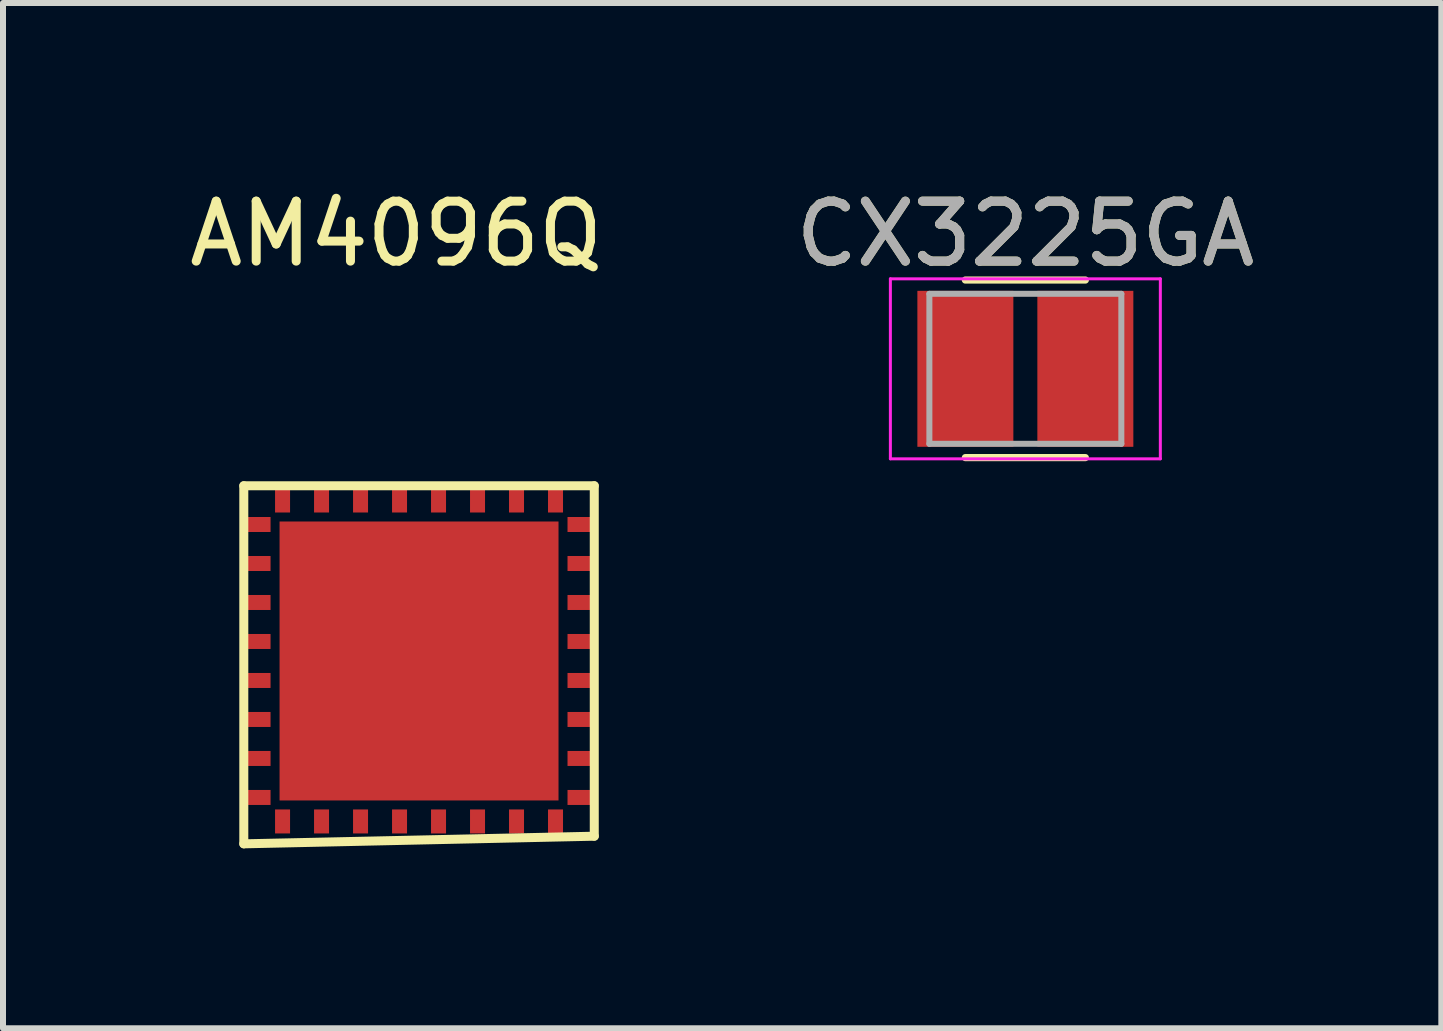
<source format=kicad_pcb>
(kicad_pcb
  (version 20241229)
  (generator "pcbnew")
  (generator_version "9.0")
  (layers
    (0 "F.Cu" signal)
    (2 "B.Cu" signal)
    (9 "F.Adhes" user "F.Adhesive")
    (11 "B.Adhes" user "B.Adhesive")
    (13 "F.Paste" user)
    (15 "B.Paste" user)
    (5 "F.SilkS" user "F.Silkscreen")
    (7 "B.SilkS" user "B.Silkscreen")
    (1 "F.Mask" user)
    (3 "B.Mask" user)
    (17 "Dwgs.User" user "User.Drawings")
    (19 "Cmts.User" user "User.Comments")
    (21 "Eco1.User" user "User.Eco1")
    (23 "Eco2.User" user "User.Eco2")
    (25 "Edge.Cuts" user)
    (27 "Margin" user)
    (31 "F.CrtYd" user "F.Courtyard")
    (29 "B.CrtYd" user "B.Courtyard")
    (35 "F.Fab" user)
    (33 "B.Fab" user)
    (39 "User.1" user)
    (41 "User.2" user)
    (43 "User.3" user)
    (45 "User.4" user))
  (footprint "AM4096Q"
    (layer "F.Cu")
    (at 3.935 7.968)
    (property "Reference" "AM4096Q" (at -0.381 -7.12 0) (layer "F.SilkS") (effects (font (size 1 1) (thickness 0.15))))
    (attr through_hole)
    (fp_line (start -2.921 -2.921) (end 2.921 -2.921) (stroke (width 0.15) (type solid)) (layer "F.SilkS"))
    (fp_line (start -2.921 3.048) (end -2.921 -2.921) (stroke (width 0.15) (type solid)) (layer "F.SilkS"))
    (fp_line (start 2.921 -2.921) (end 2.921 2.921) (stroke (width 0.15) (type solid)) (layer "F.SilkS"))
    (fp_line (start 2.921 2.921) (end -2.921 3.048) (stroke (width 0.15) (type solid)) (layer "F.SilkS"))
    (pad "1" smd rect (at -2.275 -2.675) (size 0.25 0.4) (layers "F.Cu" "F.Mask" "F.Paste"))
    (pad "2" smd rect (at -1.625 -2.675) (size 0.25 0.4) (layers "F.Cu" "F.Mask" "F.Paste"))
    (pad "3" smd rect (at -0.975 -2.675) (size 0.25 0.4) (layers "F.Cu" "F.Mask" "F.Paste"))
    (pad "4" smd rect (at -0.325 -2.675) (size 0.25 0.4) (layers "F.Cu" "F.Mask" "F.Paste"))
    (pad "5" smd rect (at 0.325 -2.675) (size 0.25 0.4) (layers "F.Cu" "F.Mask" "F.Paste"))
    (pad "6" smd rect (at 0.975 -2.675) (size 0.25 0.4) (layers "F.Cu" "F.Mask" "F.Paste"))
    (pad "7" smd rect (at 1.625 -2.675) (size 0.25 0.4) (layers "F.Cu" "F.Mask" "F.Paste"))
    (pad "8" smd rect (at 2.275 -2.675) (size 0.25 0.4) (layers "F.Cu" "F.Mask" "F.Paste"))
    (pad "9" smd rect (at 2.675 -2.275) (size 0.4 0.25) (layers "F.Cu" "F.Mask" "F.Paste"))
    (pad "10" smd rect (at 2.675 -1.625) (size 0.4 0.25) (layers "F.Cu" "F.Mask" "F.Paste"))
    (pad "11" smd rect (at 2.675 -0.975) (size 0.4 0.25) (layers "F.Cu" "F.Mask" "F.Paste"))
    (pad "12" smd rect (at 2.675 -0.325) (size 0.4 0.25) (layers "F.Cu" "F.Mask" "F.Paste"))
    (pad "13" smd rect (at 2.675 0.325) (size 0.4 0.25) (layers "F.Cu" "F.Mask" "F.Paste"))
    (pad "14" smd rect (at 2.675 0.975) (size 0.4 0.25) (layers "F.Cu" "F.Mask" "F.Paste"))
    (pad "15" smd rect (at 2.675 1.625) (size 0.4 0.25) (layers "F.Cu" "F.Mask" "F.Paste"))
    (pad "16" smd rect (at 2.675 2.275) (size 0.4 0.25) (layers "F.Cu" "F.Mask" "F.Paste"))
    (pad "17" smd rect (at 2.275 2.675) (size 0.25 0.4) (layers "F.Cu" "F.Mask" "F.Paste"))
    (pad "18" smd rect (at 1.625 2.675) (size 0.25 0.4) (layers "F.Cu" "F.Mask" "F.Paste"))
    (pad "19" smd rect (at 0.975 2.675) (size 0.25 0.4) (layers "F.Cu" "F.Mask" "F.Paste"))
    (pad "20" smd rect (at 0.325 2.675) (size 0.25 0.4) (layers "F.Cu" "F.Mask" "F.Paste"))
    (pad "21" smd rect (at -0.325 2.675) (size 0.25 0.4) (layers "F.Cu" "F.Mask" "F.Paste"))
    (pad "22" smd rect (at -0.975 2.675) (size 0.25 0.4) (layers "F.Cu" "F.Mask" "F.Paste"))
    (pad "23" smd rect (at -1.625 2.675) (size 0.25 0.4) (layers "F.Cu" "F.Mask" "F.Paste"))
    (pad "24" smd rect (at -2.275 2.675) (size 0.25 0.4) (layers "F.Cu" "F.Mask" "F.Paste"))
    (pad "25" smd rect (at -2.675 2.275) (size 0.4 0.25) (layers "F.Cu" "F.Mask" "F.Paste"))
    (pad "26" smd rect (at -2.675 1.625) (size 0.4 0.25) (layers "F.Cu" "F.Mask" "F.Paste"))
    (pad "27" smd rect (at -2.675 0.975) (size 0.4 0.25) (layers "F.Cu" "F.Mask" "F.Paste"))
    (pad "28" smd rect (at -2.675 0.325) (size 0.4 0.25) (layers "F.Cu" "F.Mask" "F.Paste"))
    (pad "29" smd rect (at -2.675 -0.325) (size 0.4 0.25) (layers "F.Cu" "F.Mask" "F.Paste"))
    (pad "30" smd rect (at -2.675 -0.975) (size 0.4 0.25) (layers "F.Cu" "F.Mask" "F.Paste"))
    (pad "31" smd rect (at -2.675 -1.625) (size 0.4 0.25) (layers "F.Cu" "F.Mask" "F.Paste"))
    (pad "32" smd rect (at -2.675 -2.275) (size 0.4 0.25) (layers "F.Cu" "F.Mask" "F.Paste"))
    (pad "33" smd rect (at 0 0) (size 4.65 4.65) (layers "F.Cu" "F.Mask" "F.Paste")))
  (footprint "CX3225GA"
    (layer "F.Cu")
    (at 14.042 3.098)
    (property "Reference" "CX3225GA" (at 0 -2.25 0) (layer "F.SilkS") (effects (font (size 1 1) (thickness 0.15))))
    (attr smd)
    (fp_line (start -1 1.48) (end 1 1.48) (stroke (width 0.12) (type solid)) (layer "F.SilkS"))
    (fp_line (start 1 -1.48) (end -1 -1.48) (stroke (width 0.12) (type solid)) (layer "F.SilkS"))
    (fp_line (start -2.25 -1.5) (end -2.25 1.5) (stroke (width 0.05) (type solid)) (layer "F.CrtYd"))
    (fp_line (start -2.25 -1.5) (end 2.25 -1.5) (stroke (width 0.05) (type solid)) (layer "F.CrtYd"))
    (fp_line (start 2.25 1.5) (end -2.25 1.5) (stroke (width 0.05) (type solid)) (layer "F.CrtYd"))
    (fp_line (start 2.25 1.5) (end 2.25 -1.5) (stroke (width 0.05) (type solid)) (layer "F.CrtYd"))
    (fp_line (start -1.6 -1.25) (end 1.6 -1.25) (stroke (width 0.1) (type solid)) (layer "F.Fab"))
    (fp_line (start -1.6 1.25) (end -1.6 -1.25) (stroke (width 0.1) (type solid)) (layer "F.Fab"))
    (fp_line (start 1.6 -1.25) (end 1.6 1.25) (stroke (width 0.1) (type solid)) (layer "F.Fab"))
    (fp_line (start 1.6 1.25) (end -1.6 1.25) (stroke (width 0.1) (type solid)) (layer "F.Fab"))
    (fp_text user "${REFERENCE}" (at 0 -2.25 0) (layer "F.Fab") (effects (font (size 1 1) (thickness 0.15))))
    (pad "1" smd rect (at -1 0) (size 1.6 2.6) (layers "F.Cu" "F.Mask" "F.Paste"))
    (pad "2" smd rect (at 1 0) (size 1.6 2.6) (layers "F.Cu" "F.Mask" "F.Paste")))
  (gr_rect
    (start -3 -3)
    (end 20.976 14.091)
    (stroke (width 0.1) (type default))
    (fill no)
    (layer "Edge.Cuts")))
</source>
